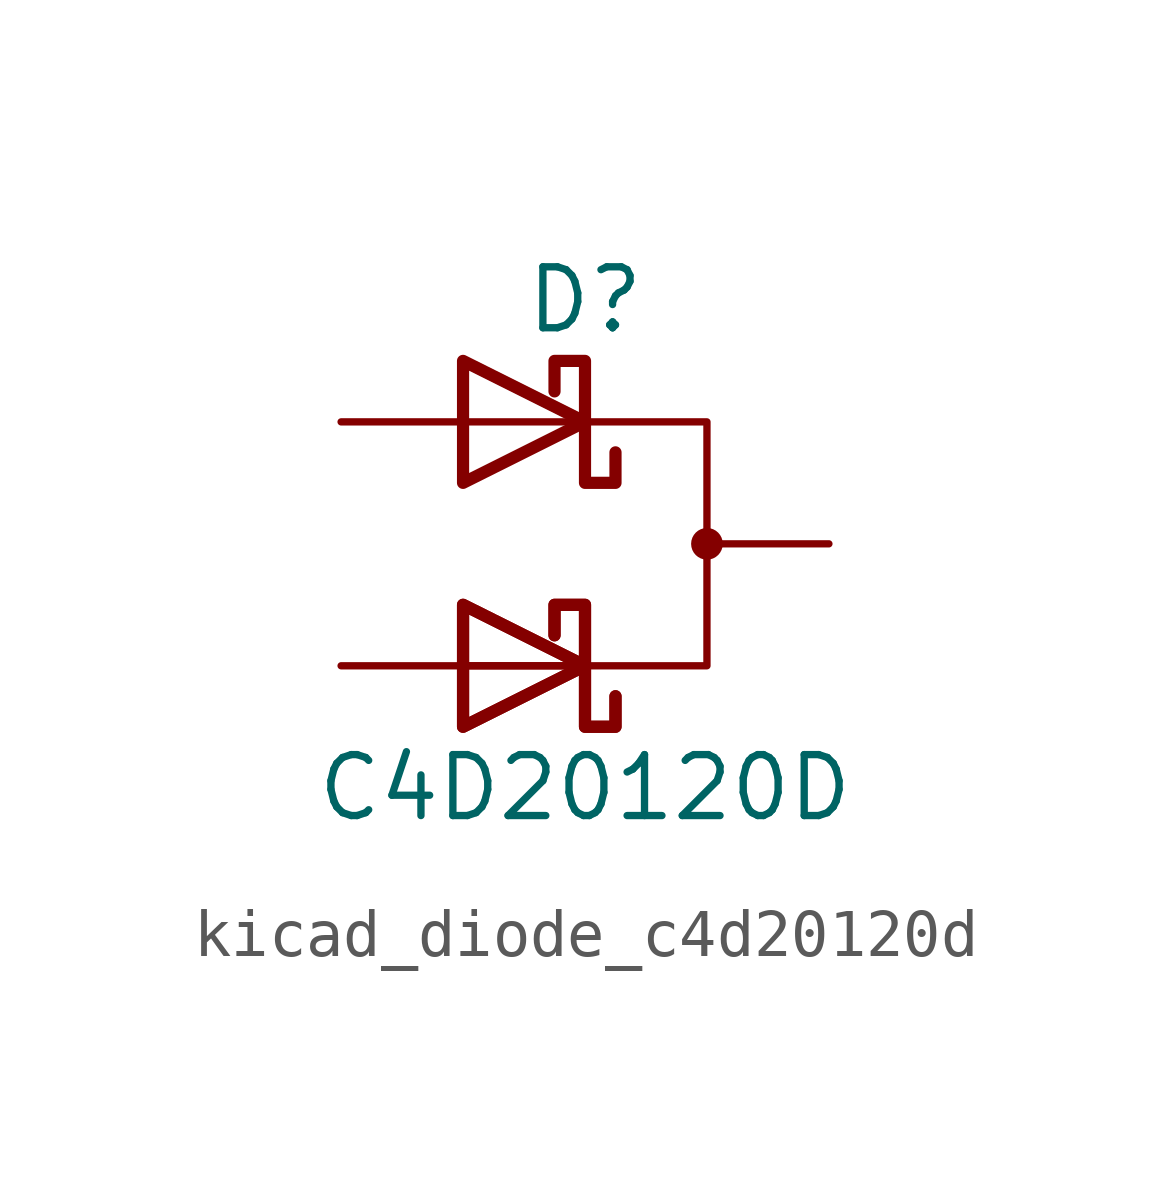
<source format=kicad_sym>
(kicad_symbol_lib
  (version 20220914)
  (generator kicad_symbol_editor)
  (symbol "kicad_diode_c4d20120d"
    (pin_numbers hide)
    (pin_names
      (offset 1.016) hide)
    (property "Reference" "D"
      (at 0 5.08 0)
      (effects (font (size 1.27 1.27))))
    (property "Value" "C4D20120D"
      (at 0 -5.08 0)
      (effects (font (size 1.27 1.27))))
    (symbol "kicad_diode_c4d20120d_0_1"
      (polyline (pts (xy -2.54 -2.54) (xy 0 -2.54)) (stroke (width 0) (type default)) (fill (type none)))
      (polyline (pts (xy -2.54 -2.54) (xy 0 -2.54)) (stroke (width 0) (type default)) (fill (type none)))
      (polyline (pts (xy -2.54 2.54) (xy 0 2.54)) (stroke (width 0) (type default)) (fill (type none)))
      (polyline (pts (xy -2.54 -3.81) (xy -2.54 -1.27) (xy 0 -2.54) (xy -2.54 -3.81)) (stroke (width 0.254) (type default)) (fill (type none)))
      (polyline (pts (xy -2.54 -3.81) (xy -2.54 -1.27) (xy 0 -2.54) (xy -2.54 -3.81)) (stroke (width 0.254) (type default)) (fill (type none)))
      (polyline (pts (xy -2.54 1.27) (xy -2.54 3.81) (xy 0 2.54) (xy -2.54 1.27)) (stroke (width 0.254) (type default)) (fill (type none)))
      (polyline (pts (xy 0 2.54) (xy 2.54 2.54) (xy 2.54 -2.54) (xy 0 -2.54)) (stroke (width 0) (type default)) (fill (type none)))
      (polyline (pts (xy 0.635 -3.175) (xy 0.635 -3.81) (xy 0 -3.81) (xy 0 -1.27) (xy -0.635 -1.27) (xy -0.635 -1.905)) (stroke (width 0.254) (type default)) (fill (type none)))
      (polyline (pts (xy 0.635 -3.175) (xy 0.635 -3.81) (xy 0 -3.81) (xy 0 -1.27) (xy -0.635 -1.27) (xy -0.635 -1.905)) (stroke (width 0.254) (type default)) (fill (type none)))
      (polyline (pts (xy 0.635 1.905) (xy 0.635 1.27) (xy 0 1.27) (xy 0 3.81) (xy -0.635 3.81) (xy -0.635 3.175)) (stroke (width 0.254) (type default)) (fill (type none)))
      (circle (center 2.54 0) (radius 0.254) (stroke (width 0) (type default)) (fill (type outline))))
    (symbol "kicad_diode_c4d20120d_1_1"
      (pin passive line (at -5.08 2.54 0) (length 2.54) (name "A1" (effects (font (size 1.27 1.27)))) (number "1" (effects (font (size 1.27 1.27)))))
      (pin passive line (at 5.08 0 180) (length 2.54) (name "K" (effects (font (size 1.27 1.27)))) (number "2" (effects (font (size 1.27 1.27)))))
      (pin passive line (at -5.08 -2.54 0) (length 2.54) (name "A2" (effects (font (size 1.27 1.27)))) (number "3" (effects (font (size 1.27 1.27))))))))
</source>
